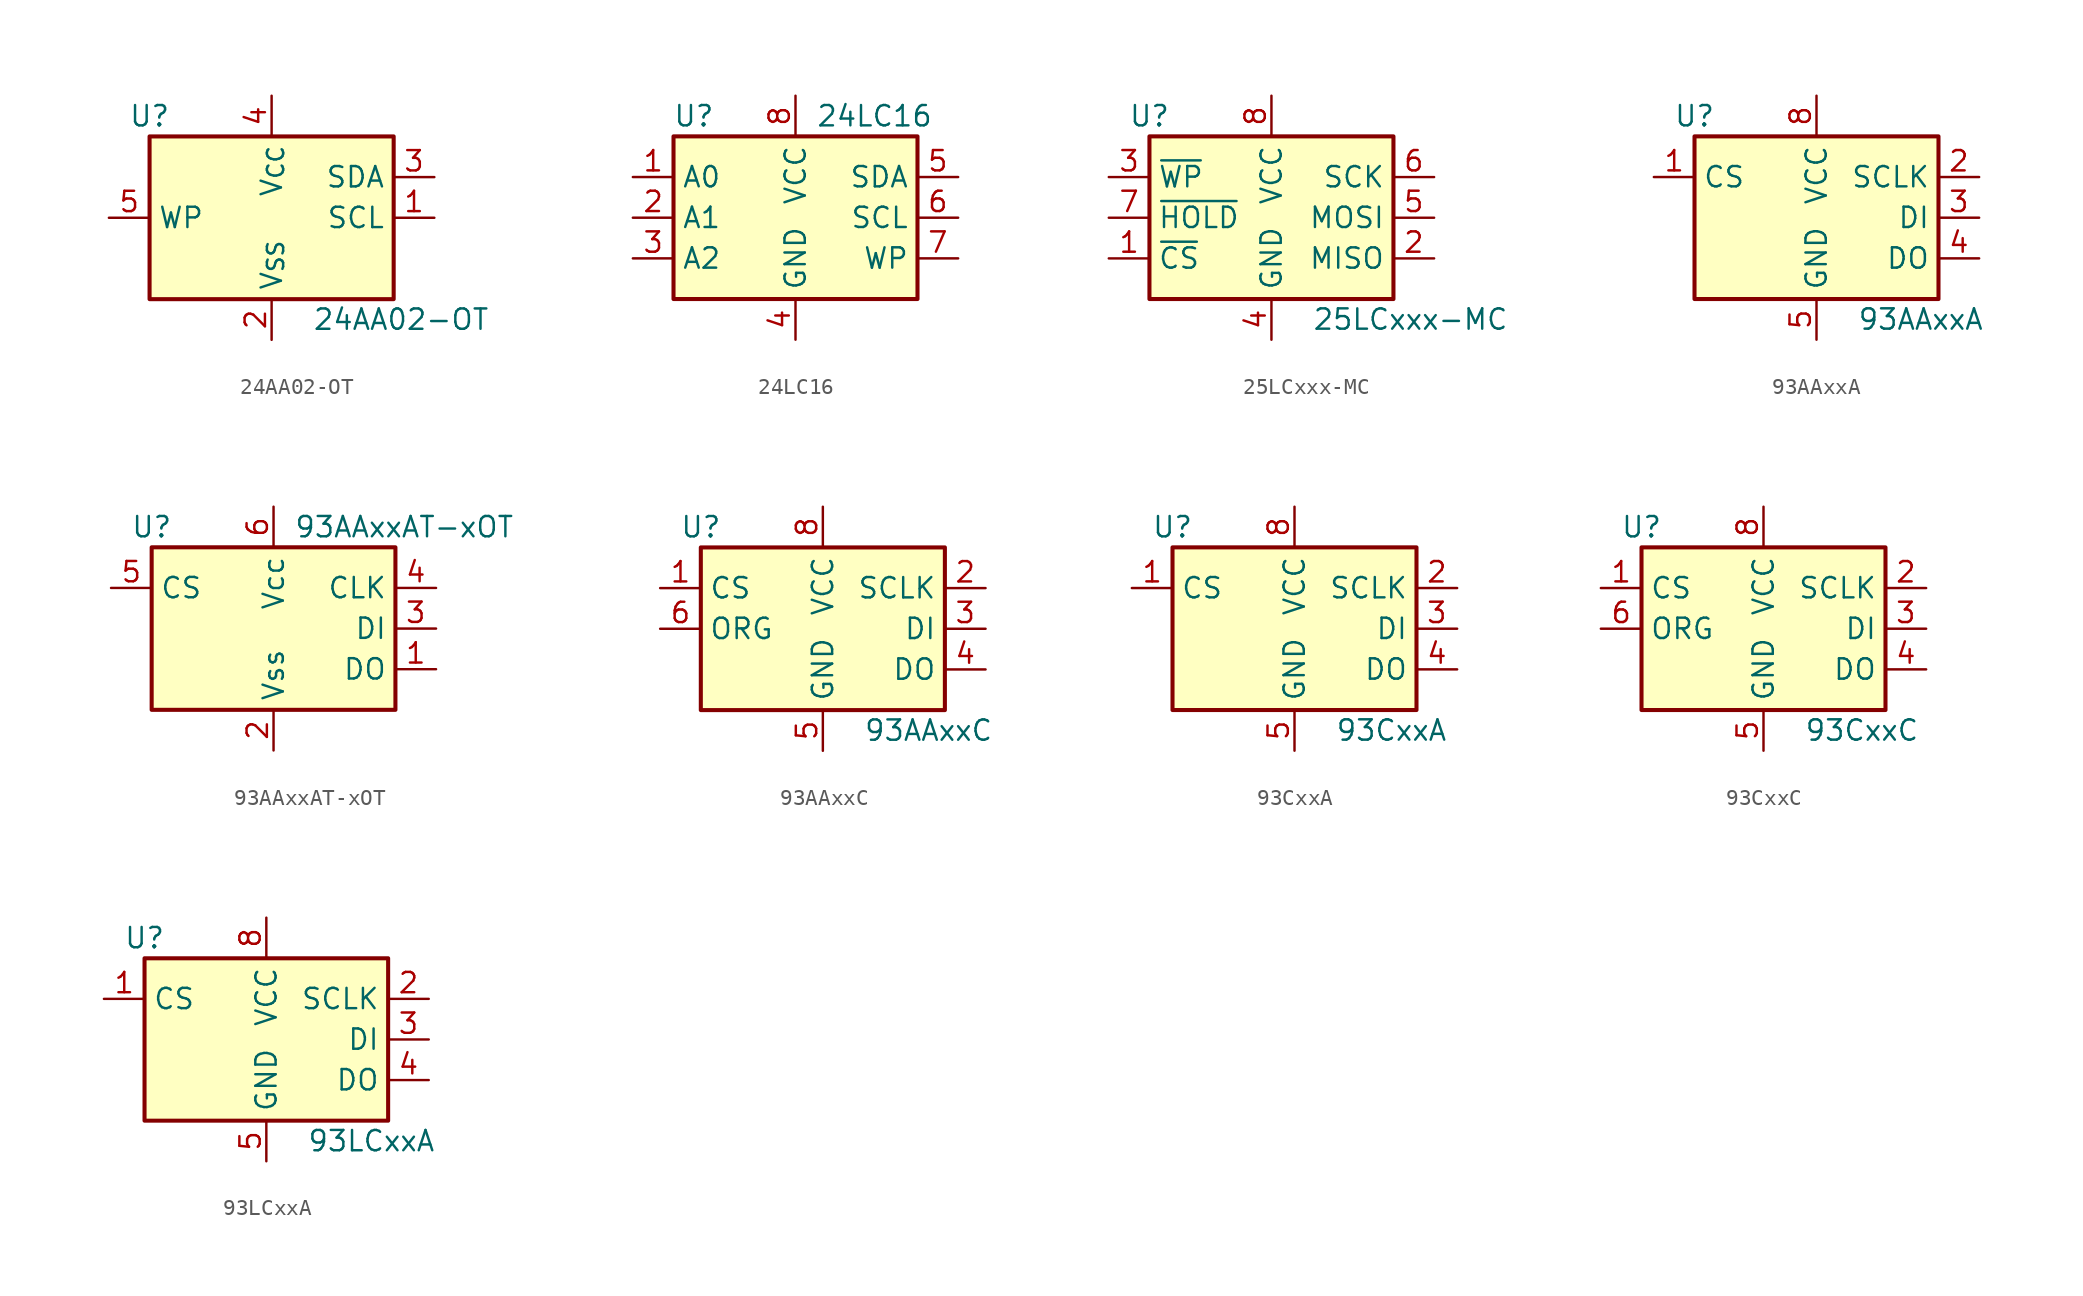
<source format=kicad_sym>
(kicad_symbol_lib
  (version 20241209)
  (generator "kicad_symbol_editor")
  (generator_version "9.0")
  (symbol "24AA02-OT"
    (property "Reference" "U"
      (at -7.62 6.35 0)
      (effects (font (size 1.27 1.27))))
    (property "Value" "24AA02-OT"
      (at 2.54 -6.35 0)
      (effects (font (size 1.27 1.27)) (justify left)))
    (symbol "24AA02-OT_1_1"
      (rectangle (start -7.62 5.08) (end 7.62 -5.08) (stroke (width 0.254) (type default)) (fill (type background)))
      (pin input line (at -10.16 0 0) (length 2.54) (name "WP" (effects (font (size 1.27 1.27)))) (number "5" (effects (font (size 1.27 1.27)))))
      (pin power_in line (at 0 7.62 270) (length 2.54) (name "V_{CC}" (effects (font (size 1.27 1.27)))) (number "4" (effects (font (size 1.27 1.27)))))
      (pin power_in line (at 0 -7.62 90) (length 2.54) (name "V_{SS}" (effects (font (size 1.27 1.27)))) (number "2" (effects (font (size 1.27 1.27)))))
      (pin bidirectional line (at 10.16 2.54 180) (length 2.54) (name "SDA" (effects (font (size 1.27 1.27)))) (number "3" (effects (font (size 1.27 1.27)))))
      (pin input line (at 10.16 0 180) (length 2.54) (name "SCL" (effects (font (size 1.27 1.27)))) (number "1" (effects (font (size 1.27 1.27)))))))
  (symbol "24LC16"
    (property "Reference" "U"
      (at -6.35 6.35 0)
      (effects (font (size 1.27 1.27))))
    (property "Value" "24LC16"
      (at 1.27 6.35 0)
      (effects (font (size 1.27 1.27)) (justify left)))
    (symbol "24LC16_1_1"
      (rectangle (start -7.62 5.08) (end 7.62 -5.08) (stroke (width 0.254) (type default)) (fill (type background)))
      (pin input line (at -10.16 2.54 0) (length 2.54) (name "A0" (effects (font (size 1.27 1.27)))) (number "1" (effects (font (size 1.27 1.27)))))
      (pin input line (at -10.16 0 0) (length 2.54) (name "A1" (effects (font (size 1.27 1.27)))) (number "2" (effects (font (size 1.27 1.27)))))
      (pin input line (at -10.16 -2.54 0) (length 2.54) (name "A2" (effects (font (size 1.27 1.27)))) (number "3" (effects (font (size 1.27 1.27)))))
      (pin power_in line (at 0 7.62 270) (length 2.54) (name "VCC" (effects (font (size 1.27 1.27)))) (number "8" (effects (font (size 1.27 1.27)))))
      (pin power_in line (at 0 -7.62 90) (length 2.54) (name "GND" (effects (font (size 1.27 1.27)))) (number "4" (effects (font (size 1.27 1.27)))))
      (pin bidirectional line (at 10.16 2.54 180) (length 2.54) (name "SDA" (effects (font (size 1.27 1.27)))) (number "5" (effects (font (size 1.27 1.27)))))
      (pin input line (at 10.16 0 180) (length 2.54) (name "SCL" (effects (font (size 1.27 1.27)))) (number "6" (effects (font (size 1.27 1.27)))))
      (pin input line (at 10.16 -2.54 180) (length 2.54) (name "WP" (effects (font (size 1.27 1.27)))) (number "7" (effects (font (size 1.27 1.27)))))))
  (symbol "25LCxxx-MC"
    (property "Reference" "U"
      (at -7.62 6.35 0)
      (effects (font (size 1.27 1.27))))
    (property "Value" "25LCxxx-MC"
      (at 2.54 -6.35 0)
      (effects (font (size 1.27 1.27)) (justify left)))
    (symbol "25LCxxx-MC_1_1"
      (rectangle (start -7.62 5.08) (end 7.62 -5.08) (stroke (width 0.254) (type default)) (fill (type background)))
      (pin input line (at -10.16 2.54 0) (length 2.54) (name "~{WP}" (effects (font (size 1.27 1.27)))) (number "3" (effects (font (size 1.27 1.27)))))
      (pin input line (at -10.16 0 0) (length 2.54) (name "~{HOLD}" (effects (font (size 1.27 1.27)))) (number "7" (effects (font (size 1.27 1.27)))))
      (pin input line (at -10.16 -2.54 0) (length 2.54) (name "~{CS}" (effects (font (size 1.27 1.27)))) (number "1" (effects (font (size 1.27 1.27)))))
      (pin power_in line (at 0 7.62 270) (length 2.54) (name "VCC" (effects (font (size 1.27 1.27)))) (number "8" (effects (font (size 1.27 1.27)))))
      (pin power_in line (at 0 -7.62 90) (length 2.54) (name "GND" (effects (font (size 1.27 1.27)))) (number "4" (effects (font (size 1.27 1.27)))))
      (pin passive line (at 0 -7.62 90) (length 2.54) (hide yes) (name "GND" (effects (font (size 1.27 1.27)))) (number "9" (effects (font (size 1.27 1.27)))))
      (pin input line (at 10.16 2.54 180) (length 2.54) (name "SCK" (effects (font (size 1.27 1.27)))) (number "6" (effects (font (size 1.27 1.27)))))
      (pin input line (at 10.16 0 180) (length 2.54) (name "MOSI" (effects (font (size 1.27 1.27)))) (number "5" (effects (font (size 1.27 1.27)))))
      (pin tri_state line (at 10.16 -2.54 180) (length 2.54) (name "MISO" (effects (font (size 1.27 1.27)))) (number "2" (effects (font (size 1.27 1.27)))))))
  (symbol "93AAxxA"
    (property "Reference" "U"
      (at -7.62 6.35 0)
      (effects (font (size 1.27 1.27))))
    (property "Value" "93AAxxA"
      (at 2.54 -6.35 0)
      (effects (font (size 1.27 1.27)) (justify left)))
    (symbol "93AAxxA_1_1"
      (rectangle (start -7.62 5.08) (end 7.62 -5.08) (stroke (width 0.254) (type default)) (fill (type background)))
      (pin input line (at -10.16 2.54 0) (length 2.54) (name "CS" (effects (font (size 1.27 1.27)))) (number "1" (effects (font (size 1.27 1.27)))))
      (pin no_connect line (at -7.62 0 0) (length 2.54) (hide yes) (name "NC" (effects (font (size 1.27 1.27)))) (number "6" (effects (font (size 1.27 1.27)))))
      (pin no_connect line (at -7.62 -2.54 0) (length 2.54) (hide yes) (name "NC" (effects (font (size 1.27 1.27)))) (number "7" (effects (font (size 1.27 1.27)))))
      (pin power_in line (at 0 7.62 270) (length 2.54) (name "VCC" (effects (font (size 1.27 1.27)))) (number "8" (effects (font (size 1.27 1.27)))))
      (pin power_in line (at 0 -7.62 90) (length 2.54) (name "GND" (effects (font (size 1.27 1.27)))) (number "5" (effects (font (size 1.27 1.27)))))
      (pin input line (at 10.16 2.54 180) (length 2.54) (name "SCLK" (effects (font (size 1.27 1.27)))) (number "2" (effects (font (size 1.27 1.27)))))
      (pin input line (at 10.16 0 180) (length 2.54) (name "DI" (effects (font (size 1.27 1.27)))) (number "3" (effects (font (size 1.27 1.27)))))
      (pin tri_state line (at 10.16 -2.54 180) (length 2.54) (name "DO" (effects (font (size 1.27 1.27)))) (number "4" (effects (font (size 1.27 1.27)))))))
  (symbol "93AAxxAT-xOT"
    (property "Reference" "U"
      (at -7.62 6.35 0)
      (effects (font (size 1.27 1.27))))
    (property "Value" "93AAxxAT-xOT"
      (at 1.27 6.35 0)
      (effects (font (size 1.27 1.27)) (justify left)))
    (symbol "93AAxxAT-xOT_1_1"
      (rectangle (start -7.62 5.08) (end 7.62 -5.08) (stroke (width 0.254) (type default)) (fill (type background)))
      (pin input line (at -10.16 2.54 0) (length 2.54) (name "CS" (effects (font (size 1.27 1.27)))) (number "5" (effects (font (size 1.27 1.27)))))
      (pin power_in line (at 0 7.62 270) (length 2.54) (name "Vcc" (effects (font (size 1.27 1.27)))) (number "6" (effects (font (size 1.27 1.27)))))
      (pin power_in line (at 0 -7.62 90) (length 2.54) (name "Vss" (effects (font (size 1.27 1.27)))) (number "2" (effects (font (size 1.27 1.27)))))
      (pin input line (at 10.16 2.54 180) (length 2.54) (name "CLK" (effects (font (size 1.27 1.27)))) (number "4" (effects (font (size 1.27 1.27)))))
      (pin input line (at 10.16 0 180) (length 2.54) (name "DI" (effects (font (size 1.27 1.27)))) (number "3" (effects (font (size 1.27 1.27)))))
      (pin tri_state line (at 10.16 -2.54 180) (length 2.54) (name "DO" (effects (font (size 1.27 1.27)))) (number "1" (effects (font (size 1.27 1.27)))))))
  (symbol "93AAxxC"
    (property "Reference" "U"
      (at -7.62 6.35 0)
      (effects (font (size 1.27 1.27))))
    (property "Value" "93AAxxC"
      (at 2.54 -6.35 0)
      (effects (font (size 1.27 1.27)) (justify left)))
    (symbol "93AAxxC_1_1"
      (rectangle (start -7.62 5.08) (end 7.62 -5.08) (stroke (width 0.254) (type default)) (fill (type background)))
      (pin input line (at -10.16 2.54 0) (length 2.54) (name "CS" (effects (font (size 1.27 1.27)))) (number "1" (effects (font (size 1.27 1.27)))))
      (pin input line (at -10.16 0 0) (length 2.54) (name "ORG" (effects (font (size 1.27 1.27)))) (number "6" (effects (font (size 1.27 1.27)))))
      (pin no_connect line (at -7.62 -2.54 0) (length 2.54) (hide yes) (name "NC" (effects (font (size 1.27 1.27)))) (number "7" (effects (font (size 1.27 1.27)))))
      (pin power_in line (at 0 7.62 270) (length 2.54) (name "VCC" (effects (font (size 1.27 1.27)))) (number "8" (effects (font (size 1.27 1.27)))))
      (pin power_in line (at 0 -7.62 90) (length 2.54) (name "GND" (effects (font (size 1.27 1.27)))) (number "5" (effects (font (size 1.27 1.27)))))
      (pin input line (at 10.16 2.54 180) (length 2.54) (name "SCLK" (effects (font (size 1.27 1.27)))) (number "2" (effects (font (size 1.27 1.27)))))
      (pin input line (at 10.16 0 180) (length 2.54) (name "DI" (effects (font (size 1.27 1.27)))) (number "3" (effects (font (size 1.27 1.27)))))
      (pin tri_state line (at 10.16 -2.54 180) (length 2.54) (name "DO" (effects (font (size 1.27 1.27)))) (number "4" (effects (font (size 1.27 1.27)))))))
  (symbol "93CxxA"
    (property "Reference" "U"
      (at -7.62 6.35 0)
      (effects (font (size 1.27 1.27))))
    (property "Value" "93CxxA"
      (at 2.54 -6.35 0)
      (effects (font (size 1.27 1.27)) (justify left)))
    (symbol "93CxxA_1_1"
      (rectangle (start -7.62 5.08) (end 7.62 -5.08) (stroke (width 0.254) (type default)) (fill (type background)))
      (pin input line (at -10.16 2.54 0) (length 2.54) (name "CS" (effects (font (size 1.27 1.27)))) (number "1" (effects (font (size 1.27 1.27)))))
      (pin no_connect line (at -7.62 0 0) (length 2.54) (hide yes) (name "NC" (effects (font (size 1.27 1.27)))) (number "6" (effects (font (size 1.27 1.27)))))
      (pin no_connect line (at -7.62 -2.54 0) (length 2.54) (hide yes) (name "NC" (effects (font (size 1.27 1.27)))) (number "7" (effects (font (size 1.27 1.27)))))
      (pin power_in line (at 0 7.62 270) (length 2.54) (name "VCC" (effects (font (size 1.27 1.27)))) (number "8" (effects (font (size 1.27 1.27)))))
      (pin power_in line (at 0 -7.62 90) (length 2.54) (name "GND" (effects (font (size 1.27 1.27)))) (number "5" (effects (font (size 1.27 1.27)))))
      (pin input line (at 10.16 2.54 180) (length 2.54) (name "SCLK" (effects (font (size 1.27 1.27)))) (number "2" (effects (font (size 1.27 1.27)))))
      (pin input line (at 10.16 0 180) (length 2.54) (name "DI" (effects (font (size 1.27 1.27)))) (number "3" (effects (font (size 1.27 1.27)))))
      (pin tri_state line (at 10.16 -2.54 180) (length 2.54) (name "DO" (effects (font (size 1.27 1.27)))) (number "4" (effects (font (size 1.27 1.27)))))))
  (symbol "93CxxC"
    (property "Reference" "U"
      (at -7.62 6.35 0)
      (effects (font (size 1.27 1.27))))
    (property "Value" "93CxxC"
      (at 2.54 -6.35 0)
      (effects (font (size 1.27 1.27)) (justify left)))
    (symbol "93CxxC_1_1"
      (rectangle (start -7.62 5.08) (end 7.62 -5.08) (stroke (width 0.254) (type default)) (fill (type background)))
      (pin input line (at -10.16 2.54 0) (length 2.54) (name "CS" (effects (font (size 1.27 1.27)))) (number "1" (effects (font (size 1.27 1.27)))))
      (pin input line (at -10.16 0 0) (length 2.54) (name "ORG" (effects (font (size 1.27 1.27)))) (number "6" (effects (font (size 1.27 1.27)))))
      (pin no_connect line (at -7.62 -2.54 0) (length 2.54) (hide yes) (name "NC" (effects (font (size 1.27 1.27)))) (number "7" (effects (font (size 1.27 1.27)))))
      (pin power_in line (at 0 7.62 270) (length 2.54) (name "VCC" (effects (font (size 1.27 1.27)))) (number "8" (effects (font (size 1.27 1.27)))))
      (pin power_in line (at 0 -7.62 90) (length 2.54) (name "GND" (effects (font (size 1.27 1.27)))) (number "5" (effects (font (size 1.27 1.27)))))
      (pin input line (at 10.16 2.54 180) (length 2.54) (name "SCLK" (effects (font (size 1.27 1.27)))) (number "2" (effects (font (size 1.27 1.27)))))
      (pin input line (at 10.16 0 180) (length 2.54) (name "DI" (effects (font (size 1.27 1.27)))) (number "3" (effects (font (size 1.27 1.27)))))
      (pin tri_state line (at 10.16 -2.54 180) (length 2.54) (name "DO" (effects (font (size 1.27 1.27)))) (number "4" (effects (font (size 1.27 1.27)))))))
  (symbol "93LCxxA"
    (property "Reference" "U"
      (at -7.62 6.35 0)
      (effects (font (size 1.27 1.27))))
    (property "Value" "93LCxxA"
      (at 2.54 -6.35 0)
      (effects (font (size 1.27 1.27)) (justify left)))
    (symbol "93LCxxA_1_1"
      (rectangle (start -7.62 5.08) (end 7.62 -5.08) (stroke (width 0.254) (type default)) (fill (type background)))
      (pin input line (at -10.16 2.54 0) (length 2.54) (name "CS" (effects (font (size 1.27 1.27)))) (number "1" (effects (font (size 1.27 1.27)))))
      (pin no_connect line (at -7.62 0 0) (length 2.54) (hide yes) (name "NC" (effects (font (size 1.27 1.27)))) (number "6" (effects (font (size 1.27 1.27)))))
      (pin no_connect line (at -7.62 -2.54 0) (length 2.54) (hide yes) (name "NC" (effects (font (size 1.27 1.27)))) (number "7" (effects (font (size 1.27 1.27)))))
      (pin power_in line (at 0 7.62 270) (length 2.54) (name "VCC" (effects (font (size 1.27 1.27)))) (number "8" (effects (font (size 1.27 1.27)))))
      (pin power_in line (at 0 -7.62 90) (length 2.54) (name "GND" (effects (font (size 1.27 1.27)))) (number "5" (effects (font (size 1.27 1.27)))))
      (pin input line (at 10.16 2.54 180) (length 2.54) (name "SCLK" (effects (font (size 1.27 1.27)))) (number "2" (effects (font (size 1.27 1.27)))))
      (pin input line (at 10.16 0 180) (length 2.54) (name "DI" (effects (font (size 1.27 1.27)))) (number "3" (effects (font (size 1.27 1.27)))))
      (pin tri_state line (at 10.16 -2.54 180) (length 2.54) (name "DO" (effects (font (size 1.27 1.27)))) (number "4" (effects (font (size 1.27 1.27))))))))
</source>
